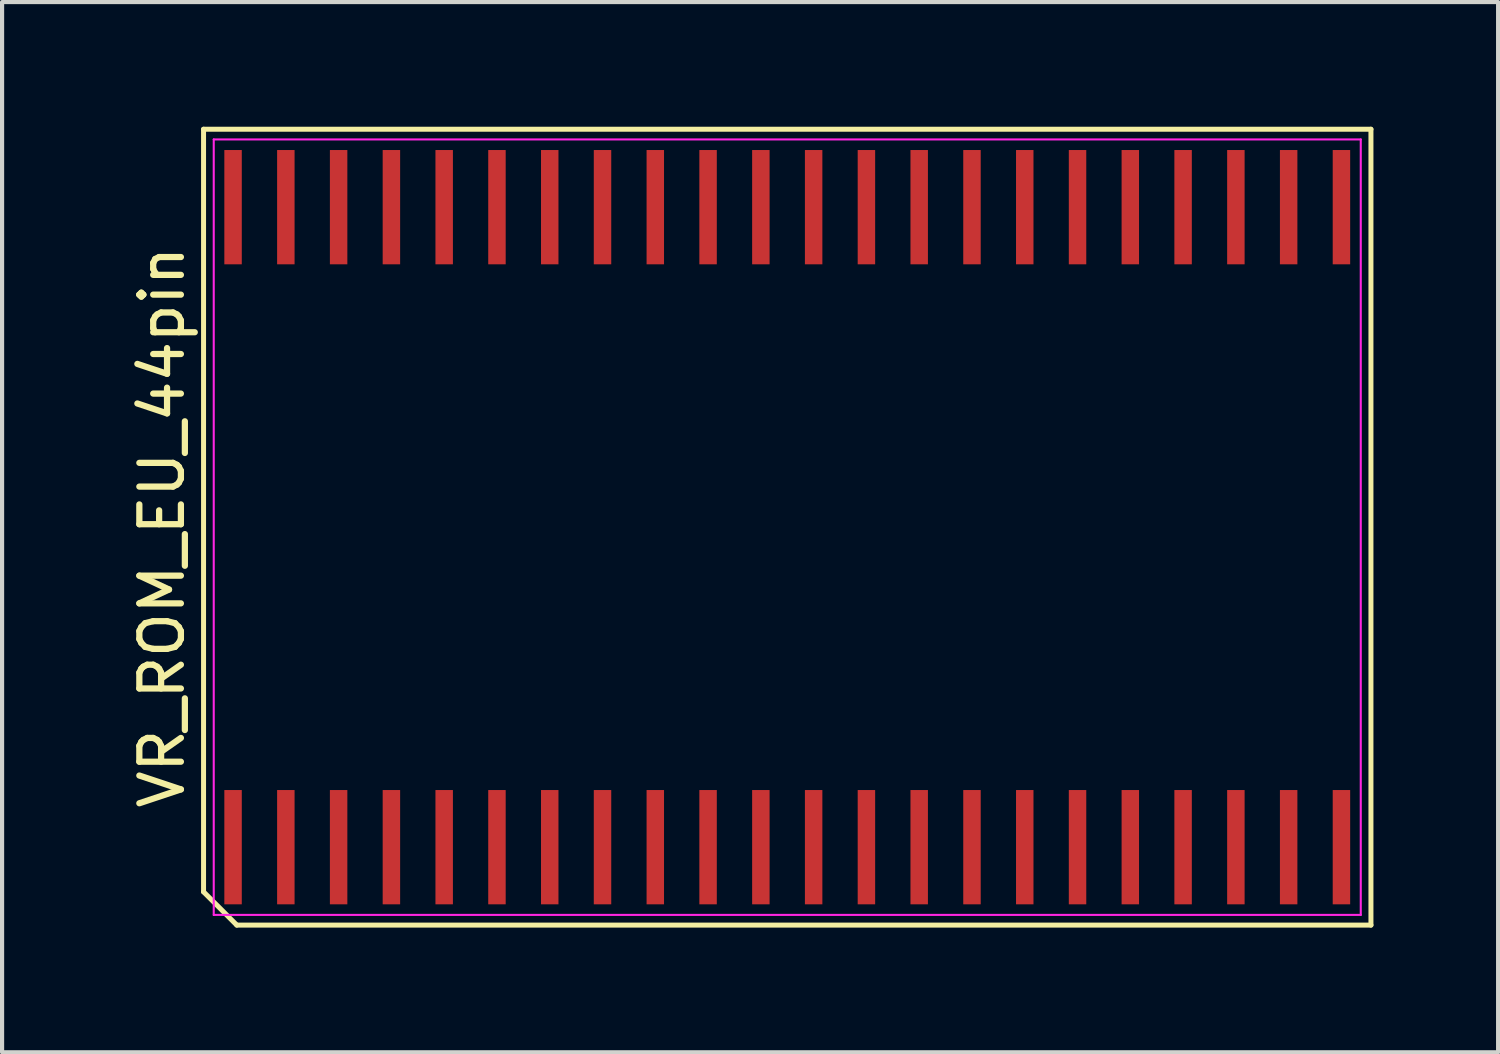
<source format=kicad_pcb>
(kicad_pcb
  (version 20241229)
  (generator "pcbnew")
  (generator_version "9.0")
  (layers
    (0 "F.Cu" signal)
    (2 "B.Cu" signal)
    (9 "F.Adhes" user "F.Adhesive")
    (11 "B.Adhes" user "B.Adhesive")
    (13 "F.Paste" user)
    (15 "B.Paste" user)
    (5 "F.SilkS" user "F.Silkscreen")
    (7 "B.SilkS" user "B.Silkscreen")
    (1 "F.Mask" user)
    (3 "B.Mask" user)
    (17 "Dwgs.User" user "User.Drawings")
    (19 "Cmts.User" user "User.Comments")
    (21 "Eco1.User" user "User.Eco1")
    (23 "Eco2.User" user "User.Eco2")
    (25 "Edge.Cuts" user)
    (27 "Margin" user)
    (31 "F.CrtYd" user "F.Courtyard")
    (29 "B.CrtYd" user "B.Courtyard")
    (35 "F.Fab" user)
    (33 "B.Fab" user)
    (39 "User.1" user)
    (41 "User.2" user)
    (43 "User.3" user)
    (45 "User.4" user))
  (footprint "VR_ROM_EU_44pin"
    (layer "F.Cu")
    (at 15.893 9.635)
    (property "Reference" "VR_ROM_EU_44pin" (at -15.045 0 90) (layer "F.SilkS") (effects (font (size 1 1) (thickness 0.15))))
    (attr smd)
    (fp_line (start -14.045 -9.575) (end 14.045 -9.575) (stroke (width 0.12) (type solid)) (layer "F.SilkS"))
    (fp_line (start -14.045 8.775) (end -14.045 -9.575) (stroke (width 0.12) (type solid)) (layer "F.SilkS"))
    (fp_line (start -13.245 9.575) (end -14.045 8.775) (stroke (width 0.12) (type solid)) (layer "F.SilkS"))
    (fp_line (start 14.045 -9.575) (end 14.045 9.575) (stroke (width 0.12) (type solid)) (layer "F.SilkS"))
    (fp_line (start 14.045 9.575) (end -13.245 9.575) (stroke (width 0.12) (type solid)) (layer "F.SilkS"))
    (fp_line (start -13.8 -9.33) (end 13.8 -9.33) (stroke (width 0.05) (type solid)) (layer "F.CrtYd"))
    (fp_line (start -13.8 9.33) (end -13.8 -9.33) (stroke (width 0.05) (type solid)) (layer "F.CrtYd"))
    (fp_line (start 13.8 -9.33) (end 13.8 9.33) (stroke (width 0.05) (type solid)) (layer "F.CrtYd"))
    (fp_line (start 13.8 9.33) (end -13.8 9.33) (stroke (width 0.05) (type solid)) (layer "F.CrtYd"))
    (pad "1" smd rect (at -13.335 7.7) (size 0.42 2.75) (layers "F.Cu" "F.Mask" "F.Paste"))
    (pad "2" smd rect (at -12.065 7.7) (size 0.42 2.75) (layers "F.Cu" "F.Mask" "F.Paste"))
    (pad "3" smd rect (at -10.795 7.7) (size 0.42 2.75) (layers "F.Cu" "F.Mask" "F.Paste"))
    (pad "4" smd rect (at -9.525 7.7) (size 0.42 2.75) (layers "F.Cu" "F.Mask" "F.Paste"))
    (pad "5" smd rect (at -8.255 7.7) (size 0.42 2.75) (layers "F.Cu" "F.Mask" "F.Paste"))
    (pad "6" smd rect (at -6.985 7.7) (size 0.42 2.75) (layers "F.Cu" "F.Mask" "F.Paste"))
    (pad "7" smd rect (at -5.715 7.7) (size 0.42 2.75) (layers "F.Cu" "F.Mask" "F.Paste"))
    (pad "8" smd rect (at -4.445 7.7) (size 0.42 2.75) (layers "F.Cu" "F.Mask" "F.Paste"))
    (pad "9" smd rect (at -3.175 7.7) (size 0.42 2.75) (layers "F.Cu" "F.Mask" "F.Paste"))
    (pad "10" smd rect (at -1.905 7.7) (size 0.42 2.75) (layers "F.Cu" "F.Mask" "F.Paste"))
    (pad "11" smd rect (at -0.635 7.7) (size 0.42 2.75) (layers "F.Cu" "F.Mask" "F.Paste"))
    (pad "12" smd rect (at 0.635 7.7) (size 0.42 2.75) (layers "F.Cu" "F.Mask" "F.Paste"))
    (pad "13" smd rect (at 1.905 7.7) (size 0.42 2.75) (layers "F.Cu" "F.Mask" "F.Paste"))
    (pad "14" smd rect (at 3.175 7.7) (size 0.42 2.75) (layers "F.Cu" "F.Mask" "F.Paste"))
    (pad "15" smd rect (at 4.445 7.7) (size 0.42 2.75) (layers "F.Cu" "F.Mask" "F.Paste"))
    (pad "16" smd rect (at 5.715 7.7) (size 0.42 2.75) (layers "F.Cu" "F.Mask" "F.Paste"))
    (pad "17" smd rect (at 6.985 7.7) (size 0.42 2.75) (layers "F.Cu" "F.Mask" "F.Paste"))
    (pad "18" smd rect (at 8.255 7.7) (size 0.42 2.75) (layers "F.Cu" "F.Mask" "F.Paste"))
    (pad "19" smd rect (at 9.525 7.7) (size 0.42 2.75) (layers "F.Cu" "F.Mask" "F.Paste"))
    (pad "20" smd rect (at 10.795 7.7) (size 0.42 2.75) (layers "F.Cu" "F.Mask" "F.Paste"))
    (pad "21" smd rect (at 12.065 7.7) (size 0.42 2.75) (layers "F.Cu" "F.Mask" "F.Paste"))
    (pad "22" smd rect (at 13.335 7.7) (size 0.42 2.75) (layers "F.Cu" "F.Mask" "F.Paste"))
    (pad "23" smd rect (at 13.335 -7.7) (size 0.42 2.75) (layers "F.Cu" "F.Mask" "F.Paste"))
    (pad "24" smd rect (at 12.065 -7.7) (size 0.42 2.75) (layers "F.Cu" "F.Mask" "F.Paste"))
    (pad "25" smd rect (at 10.795 -7.7) (size 0.42 2.75) (layers "F.Cu" "F.Mask" "F.Paste"))
    (pad "26" smd rect (at 9.525 -7.7) (size 0.42 2.75) (layers "F.Cu" "F.Mask" "F.Paste"))
    (pad "27" smd rect (at 8.255 -7.7) (size 0.42 2.75) (layers "F.Cu" "F.Mask" "F.Paste"))
    (pad "28" smd rect (at 6.985 -7.7) (size 0.42 2.75) (layers "F.Cu" "F.Mask" "F.Paste"))
    (pad "29" smd rect (at 5.715 -7.7) (size 0.42 2.75) (layers "F.Cu" "F.Mask" "F.Paste"))
    (pad "30" smd rect (at 4.445 -7.7) (size 0.42 2.75) (layers "F.Cu" "F.Mask" "F.Paste"))
    (pad "31" smd rect (at 3.175 -7.7) (size 0.42 2.75) (layers "F.Cu" "F.Mask" "F.Paste"))
    (pad "32" smd rect (at 1.905 -7.7) (size 0.42 2.75) (layers "F.Cu" "F.Mask" "F.Paste"))
    (pad "33" smd rect (at 0.635 -7.7) (size 0.42 2.75) (layers "F.Cu" "F.Mask" "F.Paste"))
    (pad "34" smd rect (at -0.635 -7.7) (size 0.42 2.75) (layers "F.Cu" "F.Mask" "F.Paste"))
    (pad "35" smd rect (at -1.905 -7.7) (size 0.42 2.75) (layers "F.Cu" "F.Mask" "F.Paste"))
    (pad "36" smd rect (at -3.175 -7.7) (size 0.42 2.75) (layers "F.Cu" "F.Mask" "F.Paste"))
    (pad "37" smd rect (at -4.445 -7.7) (size 0.42 2.75) (layers "F.Cu" "F.Mask" "F.Paste"))
    (pad "38" smd rect (at -5.715 -7.7) (size 0.42 2.75) (layers "F.Cu" "F.Mask" "F.Paste"))
    (pad "39" smd rect (at -6.985 -7.7) (size 0.42 2.75) (layers "F.Cu" "F.Mask" "F.Paste"))
    (pad "40" smd rect (at -8.255 -7.7) (size 0.42 2.75) (layers "F.Cu" "F.Mask" "F.Paste"))
    (pad "41" smd rect (at -9.525 -7.7) (size 0.42 2.75) (layers "F.Cu" "F.Mask" "F.Paste"))
    (pad "42" smd rect (at -10.795 -7.7) (size 0.42 2.75) (layers "F.Cu" "F.Mask" "F.Paste"))
    (pad "43" smd rect (at -12.065 -7.7) (size 0.42 2.75) (layers "F.Cu" "F.Mask" "F.Paste"))
    (pad "44" smd rect (at -13.335 -7.7) (size 0.42 2.75) (layers "F.Cu" "F.Mask" "F.Paste")))
  (gr_rect
    (start -3 -3)
    (end 32.998 22.27)
    (stroke (width 0.1) (type default))
    (fill no)
    (layer "Edge.Cuts")))
</source>
